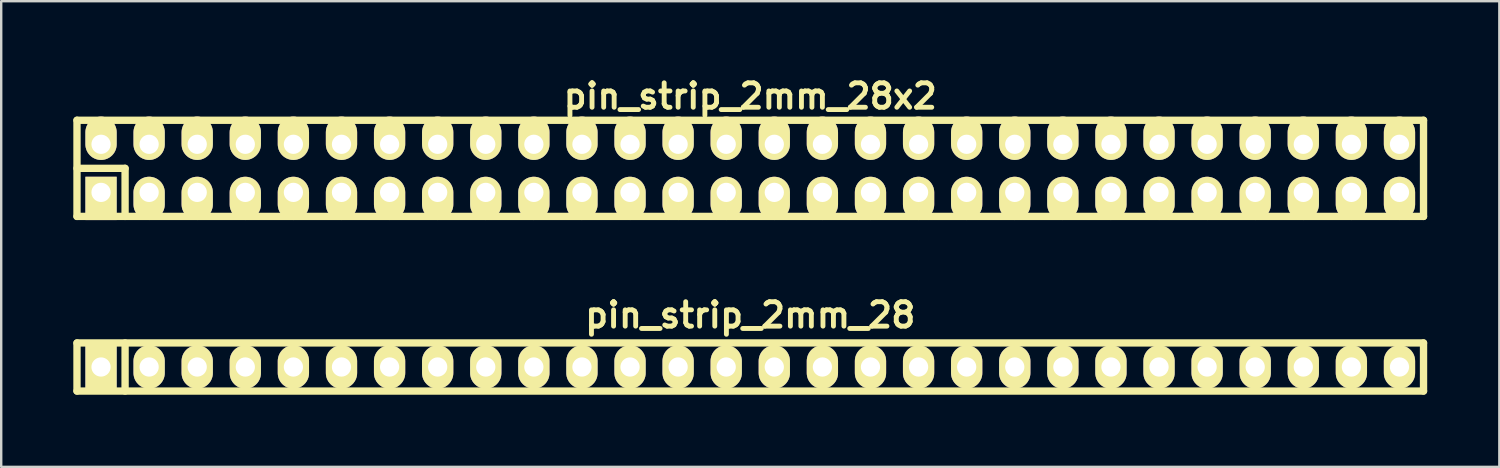
<source format=kicad_pcb>
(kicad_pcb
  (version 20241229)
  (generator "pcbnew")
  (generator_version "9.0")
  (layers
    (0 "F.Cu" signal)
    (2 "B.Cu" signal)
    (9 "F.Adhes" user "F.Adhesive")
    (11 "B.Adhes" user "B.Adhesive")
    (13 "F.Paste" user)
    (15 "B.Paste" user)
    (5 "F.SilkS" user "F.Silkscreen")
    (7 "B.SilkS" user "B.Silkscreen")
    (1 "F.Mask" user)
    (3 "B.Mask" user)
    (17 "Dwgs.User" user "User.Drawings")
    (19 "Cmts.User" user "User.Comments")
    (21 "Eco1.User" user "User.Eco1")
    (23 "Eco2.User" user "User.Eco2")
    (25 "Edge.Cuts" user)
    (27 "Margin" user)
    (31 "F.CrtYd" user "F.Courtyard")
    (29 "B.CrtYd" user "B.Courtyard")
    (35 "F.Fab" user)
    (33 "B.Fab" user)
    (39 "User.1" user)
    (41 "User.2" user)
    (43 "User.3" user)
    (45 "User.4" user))
  (footprint "pin_strip_2mm_28"
    (layer "F.Cu")
    (at 28.152 12.213)
    (property "Reference" "pin_strip_2mm_28" (at 0 -2.159 0) (layer "F.SilkS") (effects (font (size 1.016 1.016) (thickness 0.203))))
    (attr through_hole)
    (fp_line (start -28 -1) (end 28 -1) (stroke (width 0.305) (type solid)) (layer "F.SilkS"))
    (fp_line (start -28 1) (end -28 -1) (stroke (width 0.305) (type solid)) (layer "F.SilkS"))
    (fp_line (start -26 -1) (end -26 1) (stroke (width 0.305) (type solid)) (layer "F.SilkS"))
    (fp_line (start 28 -1) (end 28 1) (stroke (width 0.305) (type solid)) (layer "F.SilkS"))
    (fp_line (start 28 1) (end -28 1) (stroke (width 0.305) (type solid)) (layer "F.SilkS"))
    (pad "1" thru_hole rect (at -27 0) (size 1.3 1.8) (drill 0.8) (layers "*.Cu" "*.Mask" "F.SilkS"))
    (pad "2" thru_hole oval (at -25 0) (size 1.3 1.8) (drill 0.8) (layers "*.Cu" "*.Mask" "F.SilkS"))
    (pad "3" thru_hole oval (at -23 0) (size 1.3 1.8) (drill 0.8) (layers "*.Cu" "*.Mask" "F.SilkS"))
    (pad "4" thru_hole oval (at -21 0) (size 1.3 1.8) (drill 0.8) (layers "*.Cu" "*.Mask" "F.SilkS"))
    (pad "5" thru_hole oval (at -19 0) (size 1.3 1.8) (drill 0.8) (layers "*.Cu" "*.Mask" "F.SilkS"))
    (pad "6" thru_hole oval (at -17 0) (size 1.3 1.8) (drill 0.8) (layers "*.Cu" "*.Mask" "F.SilkS"))
    (pad "7" thru_hole oval (at -15 0) (size 1.3 1.8) (drill 0.8) (layers "*.Cu" "*.Mask" "F.SilkS"))
    (pad "8" thru_hole oval (at -13 0) (size 1.3 1.8) (drill 0.8) (layers "*.Cu" "*.Mask" "F.SilkS"))
    (pad "9" thru_hole oval (at -11 0) (size 1.3 1.8) (drill 0.8) (layers "*.Cu" "*.Mask" "F.SilkS"))
    (pad "10" thru_hole oval (at -9 0) (size 1.3 1.8) (drill 0.8) (layers "*.Cu" "*.Mask" "F.SilkS"))
    (pad "11" thru_hole oval (at -7 0) (size 1.3 1.8) (drill 0.8) (layers "*.Cu" "*.Mask" "F.SilkS"))
    (pad "12" thru_hole oval (at -5 0) (size 1.3 1.8) (drill 0.8) (layers "*.Cu" "*.Mask" "F.SilkS"))
    (pad "13" thru_hole oval (at -3 0) (size 1.3 1.8) (drill 0.8) (layers "*.Cu" "*.Mask" "F.SilkS"))
    (pad "14" thru_hole oval (at -1 0) (size 1.3 1.8) (drill 0.8) (layers "*.Cu" "*.Mask" "F.SilkS"))
    (pad "15" thru_hole oval (at 1 0) (size 1.3 1.8) (drill 0.8) (layers "*.Cu" "*.Mask" "F.SilkS"))
    (pad "16" thru_hole oval (at 3 0) (size 1.3 1.8) (drill 0.8) (layers "*.Cu" "*.Mask" "F.SilkS"))
    (pad "17" thru_hole oval (at 5 0) (size 1.3 1.8) (drill 0.8) (layers "*.Cu" "*.Mask" "F.SilkS"))
    (pad "18" thru_hole oval (at 7 0) (size 1.3 1.8) (drill 0.8) (layers "*.Cu" "*.Mask" "F.SilkS"))
    (pad "19" thru_hole oval (at 9 0) (size 1.3 1.8) (drill 0.8) (layers "*.Cu" "*.Mask" "F.SilkS"))
    (pad "20" thru_hole oval (at 11 0) (size 1.3 1.8) (drill 0.8) (layers "*.Cu" "*.Mask" "F.SilkS"))
    (pad "21" thru_hole oval (at 13 0) (size 1.3 1.8) (drill 0.8) (layers "*.Cu" "*.Mask" "F.SilkS"))
    (pad "22" thru_hole oval (at 15 0) (size 1.3 1.8) (drill 0.8) (layers "*.Cu" "*.Mask" "F.SilkS"))
    (pad "23" thru_hole oval (at 17 0) (size 1.3 1.8) (drill 0.8) (layers "*.Cu" "*.Mask" "F.SilkS"))
    (pad "24" thru_hole oval (at 19 0) (size 1.3 1.8) (drill 0.8) (layers "*.Cu" "*.Mask" "F.SilkS"))
    (pad "25" thru_hole oval (at 21 0) (size 1.3 1.8) (drill 0.8) (layers "*.Cu" "*.Mask" "F.SilkS"))
    (pad "26" thru_hole oval (at 23 0) (size 1.3 1.8) (drill 0.8) (layers "*.Cu" "*.Mask" "F.SilkS"))
    (pad "27" thru_hole oval (at 25 0) (size 1.3 1.8) (drill 0.8) (layers "*.Cu" "*.Mask" "F.SilkS"))
    (pad "28" thru_hole oval (at 27 0) (size 1.3 1.8) (drill 0.8) (layers "*.Cu" "*.Mask" "F.SilkS")))
  (footprint "pin_strip_2mm_28x2"
    (layer "F.Cu")
    (at 28.152 3.951)
    (property "Reference" "pin_strip_2mm_28x2" (at 0 -3 0) (layer "F.SilkS") (effects (font (size 1.016 1.016) (thickness 0.203))))
    (attr through_hole)
    (fp_line (start -28 -2) (end 28 -2) (stroke (width 0.305) (type solid)) (layer "F.SilkS"))
    (fp_line (start -28 0) (end -26 0) (stroke (width 0.305) (type solid)) (layer "F.SilkS"))
    (fp_line (start -28 2) (end -28 -2) (stroke (width 0.305) (type solid)) (layer "F.SilkS"))
    (fp_line (start -26 0) (end -26 2) (stroke (width 0.305) (type solid)) (layer "F.SilkS"))
    (fp_line (start 28 -2) (end 28 2) (stroke (width 0.305) (type solid)) (layer "F.SilkS"))
    (fp_line (start 28 2) (end -28 2) (stroke (width 0.305) (type solid)) (layer "F.SilkS"))
    (pad "1" thru_hole rect (at -27 1) (size 1.3 1.8) (drill 0.8 (offset 0 0.25)) (layers "*.Cu" "*.Mask" "F.SilkS"))
    (pad "2" thru_hole oval (at -27 -1) (size 1.3 1.8) (drill 0.8 (offset 0 -0.25)) (layers "*.Cu" "*.Mask" "F.SilkS"))
    (pad "3" thru_hole oval (at -25 1) (size 1.3 1.8) (drill 0.8 (offset 0 0.25)) (layers "*.Cu" "*.Mask" "F.SilkS"))
    (pad "4" thru_hole oval (at -25 -1) (size 1.3 1.8) (drill 0.8 (offset 0 -0.25)) (layers "*.Cu" "*.Mask" "F.SilkS"))
    (pad "5" thru_hole oval (at -23 1) (size 1.3 1.8) (drill 0.8 (offset 0 0.25)) (layers "*.Cu" "*.Mask" "F.SilkS"))
    (pad "6" thru_hole oval (at -23 -1) (size 1.3 1.8) (drill 0.8 (offset 0 -0.25)) (layers "*.Cu" "*.Mask" "F.SilkS"))
    (pad "7" thru_hole oval (at -21 1) (size 1.3 1.8) (drill 0.8 (offset 0 0.25)) (layers "*.Cu" "*.Mask" "F.SilkS"))
    (pad "8" thru_hole oval (at -21 -1) (size 1.3 1.8) (drill 0.8 (offset 0 -0.25)) (layers "*.Cu" "*.Mask" "F.SilkS"))
    (pad "9" thru_hole oval (at -19 1) (size 1.3 1.8) (drill 0.8 (offset 0 0.25)) (layers "*.Cu" "*.Mask" "F.SilkS"))
    (pad "10" thru_hole oval (at -19 -1) (size 1.3 1.8) (drill 0.8 (offset 0 -0.25)) (layers "*.Cu" "*.Mask" "F.SilkS"))
    (pad "11" thru_hole oval (at -17 1) (size 1.3 1.8) (drill 0.8 (offset 0 0.25)) (layers "*.Cu" "*.Mask" "F.SilkS"))
    (pad "12" thru_hole oval (at -17 -1) (size 1.3 1.8) (drill 0.8 (offset 0 -0.25)) (layers "*.Cu" "*.Mask" "F.SilkS"))
    (pad "13" thru_hole oval (at -15 1) (size 1.3 1.8) (drill 0.8 (offset 0 0.25)) (layers "*.Cu" "*.Mask" "F.SilkS"))
    (pad "14" thru_hole oval (at -15 -1) (size 1.3 1.8) (drill 0.8 (offset 0 -0.25)) (layers "*.Cu" "*.Mask" "F.SilkS"))
    (pad "15" thru_hole oval (at -13 1) (size 1.3 1.8) (drill 0.8 (offset 0 0.25)) (layers "*.Cu" "*.Mask" "F.SilkS"))
    (pad "16" thru_hole oval (at -13 -1) (size 1.3 1.8) (drill 0.8 (offset 0 -0.25)) (layers "*.Cu" "*.Mask" "F.SilkS"))
    (pad "17" thru_hole oval (at -11 1) (size 1.3 1.8) (drill 0.8 (offset 0 0.25)) (layers "*.Cu" "*.Mask" "F.SilkS"))
    (pad "18" thru_hole oval (at -11 -1) (size 1.3 1.8) (drill 0.8 (offset 0 -0.25)) (layers "*.Cu" "*.Mask" "F.SilkS"))
    (pad "19" thru_hole oval (at -9 1) (size 1.3 1.8) (drill 0.8 (offset 0 0.25)) (layers "*.Cu" "*.Mask" "F.SilkS"))
    (pad "20" thru_hole oval (at -9 -1) (size 1.3 1.8) (drill 0.8 (offset 0 -0.25)) (layers "*.Cu" "*.Mask" "F.SilkS"))
    (pad "21" thru_hole oval (at -7 1) (size 1.3 1.8) (drill 0.8 (offset 0 0.25)) (layers "*.Cu" "*.Mask" "F.SilkS"))
    (pad "22" thru_hole oval (at -7 -1) (size 1.3 1.8) (drill 0.8 (offset 0 -0.25)) (layers "*.Cu" "*.Mask" "F.SilkS"))
    (pad "23" thru_hole oval (at -5 1) (size 1.3 1.8) (drill 0.8 (offset 0 0.25)) (layers "*.Cu" "*.Mask" "F.SilkS"))
    (pad "24" thru_hole oval (at -5 -1) (size 1.3 1.8) (drill 0.8 (offset 0 -0.25)) (layers "*.Cu" "*.Mask" "F.SilkS"))
    (pad "25" thru_hole oval (at -3 1) (size 1.3 1.8) (drill 0.8 (offset 0 0.25)) (layers "*.Cu" "*.Mask" "F.SilkS"))
    (pad "26" thru_hole oval (at -3 -1) (size 1.3 1.8) (drill 0.8 (offset 0 -0.25)) (layers "*.Cu" "*.Mask" "F.SilkS"))
    (pad "27" thru_hole oval (at -1 1) (size 1.3 1.8) (drill 0.8 (offset 0 0.25)) (layers "*.Cu" "*.Mask" "F.SilkS"))
    (pad "28" thru_hole oval (at -1 -1) (size 1.3 1.8) (drill 0.8 (offset 0 -0.25)) (layers "*.Cu" "*.Mask" "F.SilkS"))
    (pad "29" thru_hole oval (at 1 1) (size 1.3 1.8) (drill 0.8 (offset 0 0.25)) (layers "*.Cu" "*.Mask" "F.SilkS"))
    (pad "30" thru_hole oval (at 1 -1) (size 1.3 1.8) (drill 0.8 (offset 0 -0.25)) (layers "*.Cu" "*.Mask" "F.SilkS"))
    (pad "31" thru_hole oval (at 3 1) (size 1.3 1.8) (drill 0.8 (offset 0 0.25)) (layers "*.Cu" "*.Mask" "F.SilkS"))
    (pad "32" thru_hole oval (at 3 -1) (size 1.3 1.8) (drill 0.8 (offset 0 -0.25)) (layers "*.Cu" "*.Mask" "F.SilkS"))
    (pad "33" thru_hole oval (at 5 1) (size 1.3 1.8) (drill 0.8 (offset 0 0.25)) (layers "*.Cu" "*.Mask" "F.SilkS"))
    (pad "34" thru_hole oval (at 5 -1) (size 1.3 1.8) (drill 0.8 (offset 0 -0.25)) (layers "*.Cu" "*.Mask" "F.SilkS"))
    (pad "35" thru_hole oval (at 7 1) (size 1.3 1.8) (drill 0.8 (offset 0 0.25)) (layers "*.Cu" "*.Mask" "F.SilkS"))
    (pad "36" thru_hole oval (at 7 -1) (size 1.3 1.8) (drill 0.8 (offset 0 -0.25)) (layers "*.Cu" "*.Mask" "F.SilkS"))
    (pad "37" thru_hole oval (at 9 1) (size 1.3 1.8) (drill 0.8 (offset 0 0.25)) (layers "*.Cu" "*.Mask" "F.SilkS"))
    (pad "38" thru_hole oval (at 9 -1) (size 1.3 1.8) (drill 0.8 (offset 0 -0.25)) (layers "*.Cu" "*.Mask" "F.SilkS"))
    (pad "39" thru_hole oval (at 11 1) (size 1.3 1.8) (drill 0.8 (offset 0 0.25)) (layers "*.Cu" "*.Mask" "F.SilkS"))
    (pad "40" thru_hole oval (at 11 -1) (size 1.3 1.8) (drill 0.8 (offset 0 -0.25)) (layers "*.Cu" "*.Mask" "F.SilkS"))
    (pad "41" thru_hole oval (at 13 1) (size 1.3 1.8) (drill 0.8 (offset 0 0.25)) (layers "*.Cu" "*.Mask" "F.SilkS"))
    (pad "42" thru_hole oval (at 13 -1) (size 1.3 1.8) (drill 0.8 (offset 0 -0.25)) (layers "*.Cu" "*.Mask" "F.SilkS"))
    (pad "43" thru_hole oval (at 15 1) (size 1.3 1.8) (drill 0.8 (offset 0 0.25)) (layers "*.Cu" "*.Mask" "F.SilkS"))
    (pad "44" thru_hole oval (at 15 -1) (size 1.3 1.8) (drill 0.8 (offset 0 -0.25)) (layers "*.Cu" "*.Mask" "F.SilkS"))
    (pad "45" thru_hole oval (at 17 1) (size 1.3 1.8) (drill 0.8 (offset 0 0.25)) (layers "*.Cu" "*.Mask" "F.SilkS"))
    (pad "46" thru_hole oval (at 17 -1) (size 1.3 1.8) (drill 0.8 (offset 0 -0.25)) (layers "*.Cu" "*.Mask" "F.SilkS"))
    (pad "47" thru_hole oval (at 19 1) (size 1.3 1.8) (drill 0.8 (offset 0 0.25)) (layers "*.Cu" "*.Mask" "F.SilkS"))
    (pad "48" thru_hole oval (at 19 -1) (size 1.3 1.8) (drill 0.8 (offset 0 -0.25)) (layers "*.Cu" "*.Mask" "F.SilkS"))
    (pad "49" thru_hole oval (at 21 1) (size 1.3 1.8) (drill 0.8 (offset 0 0.25)) (layers "*.Cu" "*.Mask" "F.SilkS"))
    (pad "50" thru_hole oval (at 21 -1) (size 1.3 1.8) (drill 0.8 (offset 0 -0.25)) (layers "*.Cu" "*.Mask" "F.SilkS"))
    (pad "51" thru_hole oval (at 23 1) (size 1.3 1.8) (drill 0.8 (offset 0 0.25)) (layers "*.Cu" "*.Mask" "F.SilkS"))
    (pad "52" thru_hole oval (at 23 -1) (size 1.3 1.8) (drill 0.8 (offset 0 -0.25)) (layers "*.Cu" "*.Mask" "F.SilkS"))
    (pad "53" thru_hole oval (at 25 1) (size 1.3 1.8) (drill 0.8 (offset 0 0.25)) (layers "*.Cu" "*.Mask" "F.SilkS"))
    (pad "54" thru_hole oval (at 25 -1) (size 1.3 1.8) (drill 0.8 (offset 0 -0.25)) (layers "*.Cu" "*.Mask" "F.SilkS"))
    (pad "55" thru_hole oval (at 27 1) (size 1.3 1.8) (drill 0.8 (offset 0 0.25)) (layers "*.Cu" "*.Mask" "F.SilkS"))
    (pad "56" thru_hole oval (at 27 -1) (size 1.3 1.8) (drill 0.8 (offset 0 -0.25)) (layers "*.Cu" "*.Mask" "F.SilkS")))
  (gr_rect
    (start -3 -3)
    (end 59.305 16.366)
    (stroke (width 0.1) (type default))
    (fill no)
    (layer "Edge.Cuts")))
</source>
